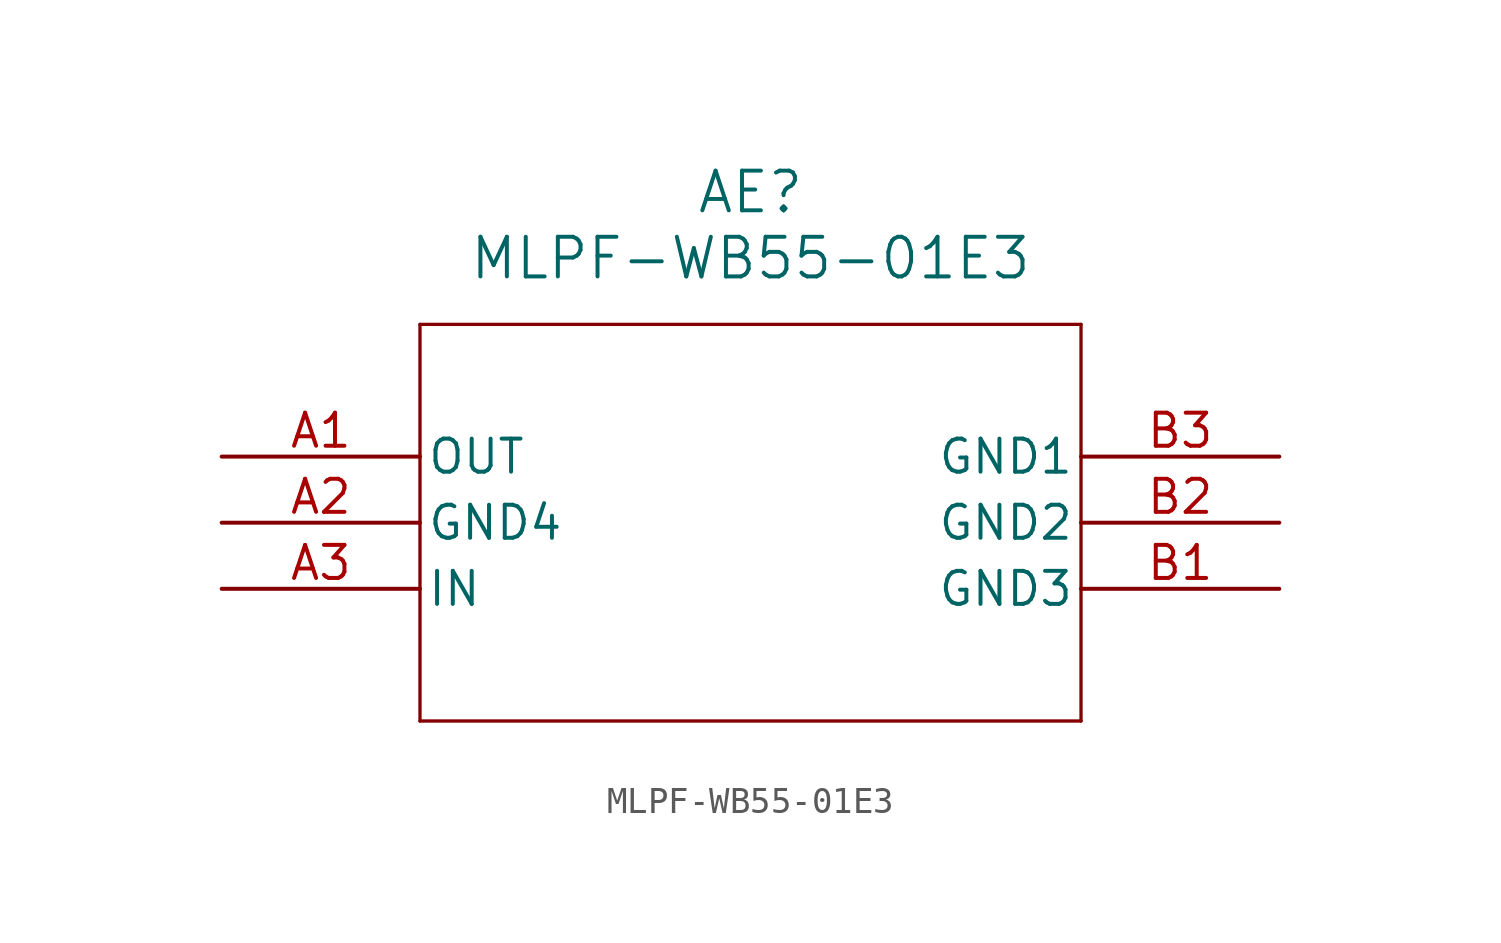
<source format=kicad_sym>
(kicad_symbol_lib
  (version 20211014)
  (generator kicad_symbol_editor)
  (symbol "MLPF-WB55-01E3"
    (pin_names
      (offset 0.254))
    (property "Reference" "AE"
      (at 20.32 10.16 0)
      (effects (font (size 1.524 1.524))))
    (property "Value" "MLPF-WB55-01E3"
      (at 20.32 7.62 0)
      (effects (font (size 1.524 1.524))))
    (symbol "MLPF-WB55-01E3_0_1"
      (polyline (pts (xy 7.62 5.08) (xy 7.62 -10.16)) (stroke (width 0.127) (type default) (color 0 0 0 0)) (fill (type none)))
      (polyline (pts (xy 7.62 -10.16) (xy 33.02 -10.16)) (stroke (width 0.127) (type default) (color 0 0 0 0)) (fill (type none)))
      (polyline (pts (xy 33.02 -10.16) (xy 33.02 5.08)) (stroke (width 0.127) (type default) (color 0 0 0 0)) (fill (type none)))
      (polyline (pts (xy 33.02 5.08) (xy 7.62 5.08)) (stroke (width 0.127) (type default) (color 0 0 0 0)) (fill (type none)))
      (pin input line (at 0 0 0) (length 7.62) (name "OUT" (effects (font (size 1.27 1.27)))) (number "A1" (effects (font (size 1.27 1.27)))))
      (pin power_out line (at 0 -2.54 0) (length 7.62) (name "GND4" (effects (font (size 1.27 1.27)))) (number "A2" (effects (font (size 1.27 1.27)))))
      (pin output line (at 0 -5.08 0) (length 7.62) (name "IN" (effects (font (size 1.27 1.27)))) (number "A3" (effects (font (size 1.27 1.27)))))
      (pin power_out line (at 40.64 -5.08 180) (length 7.62) (name "GND3" (effects (font (size 1.27 1.27)))) (number "B1" (effects (font (size 1.27 1.27)))))
      (pin power_out line (at 40.64 -2.54 180) (length 7.62) (name "GND2" (effects (font (size 1.27 1.27)))) (number "B2" (effects (font (size 1.27 1.27)))))
      (pin power_out line (at 40.64 0 180) (length 7.62) (name "GND1" (effects (font (size 1.27 1.27)))) (number "B3" (effects (font (size 1.27 1.27))))))))
</source>
